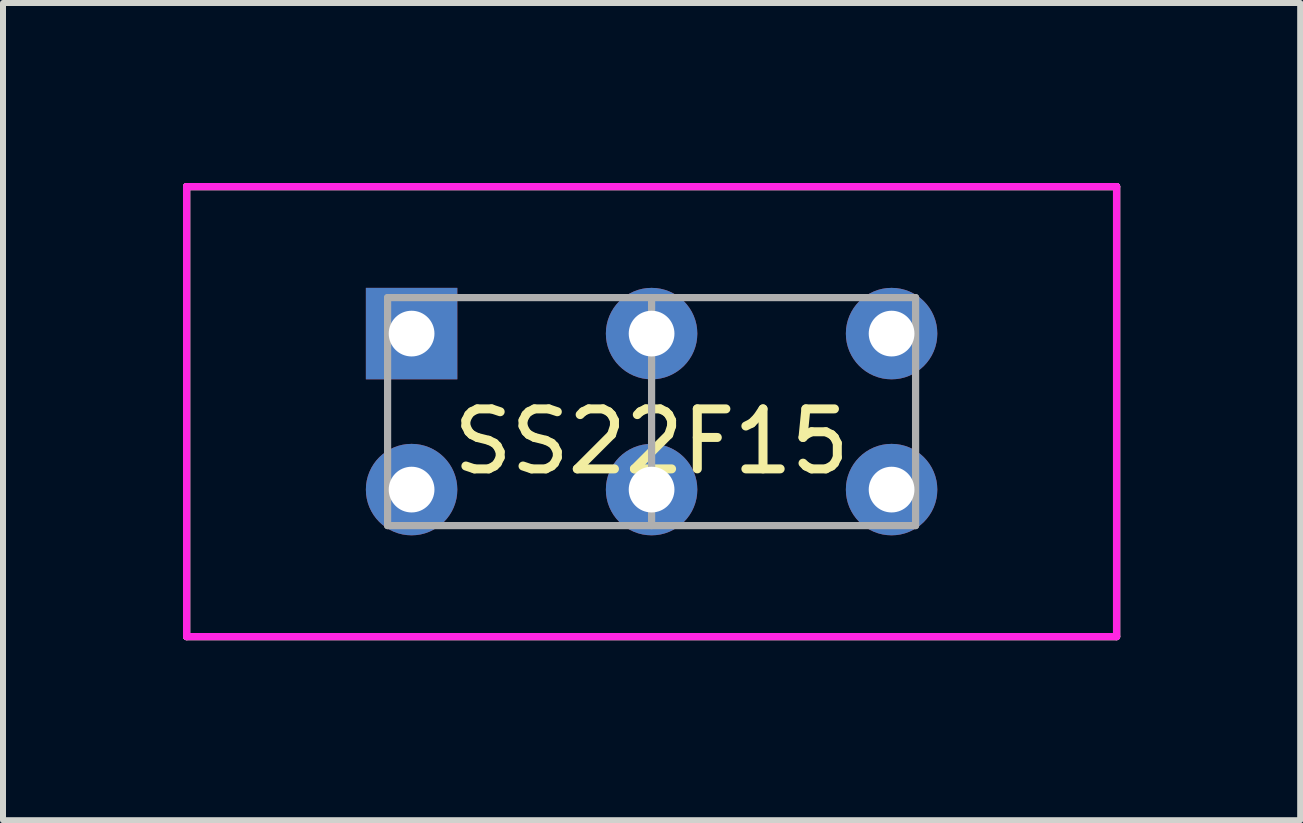
<source format=kicad_pcb>
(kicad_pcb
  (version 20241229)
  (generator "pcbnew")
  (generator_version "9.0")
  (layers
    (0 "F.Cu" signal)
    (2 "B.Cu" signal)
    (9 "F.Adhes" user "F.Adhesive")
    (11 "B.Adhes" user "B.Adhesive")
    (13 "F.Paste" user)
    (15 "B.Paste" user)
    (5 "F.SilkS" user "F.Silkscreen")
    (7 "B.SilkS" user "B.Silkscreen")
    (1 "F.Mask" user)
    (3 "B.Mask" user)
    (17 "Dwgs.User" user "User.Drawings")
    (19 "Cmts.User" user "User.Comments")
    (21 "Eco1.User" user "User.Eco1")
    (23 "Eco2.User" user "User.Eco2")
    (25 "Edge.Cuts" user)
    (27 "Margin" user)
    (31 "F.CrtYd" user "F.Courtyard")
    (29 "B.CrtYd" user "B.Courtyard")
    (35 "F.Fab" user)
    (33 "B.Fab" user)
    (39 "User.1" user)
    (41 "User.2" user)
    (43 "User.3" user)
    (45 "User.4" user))
  (footprint "SS22F15"
    (layer "F.Cu")
    (at 7.81 3.81)
    (property "Reference" "SS22F15" (at 0 0.5 0) (layer "F.SilkS") (effects (font (size 1 1) (thickness 0.15))))
    (attr through_hole)
    (fp_line (start -7.75 -3.75) (end 7.75 -3.75) (stroke (width 0.12) (type solid)) (layer "F.SilkS"))
    (fp_line (start -7.75 3.75) (end -7.75 -3.75) (stroke (width 0.12) (type solid)) (layer "F.SilkS"))
    (fp_line (start 7.75 -3.75) (end 7.75 3.75) (stroke (width 0.12) (type solid)) (layer "F.SilkS"))
    (fp_line (start 7.75 3.75) (end -7.75 3.75) (stroke (width 0.12) (type solid)) (layer "F.SilkS"))
    (fp_line (start -7.75 -3.75) (end 7.75 -3.75) (stroke (width 0.12) (type solid)) (layer "F.CrtYd"))
    (fp_line (start -7.75 3.75) (end -7.75 -3.75) (stroke (width 0.12) (type solid)) (layer "F.CrtYd"))
    (fp_line (start 7.75 -3.75) (end 7.75 3.75) (stroke (width 0.12) (type solid)) (layer "F.CrtYd"))
    (fp_line (start 7.75 3.75) (end -7.75 3.75) (stroke (width 0.12) (type solid)) (layer "F.CrtYd"))
    (fp_line (start -7.75 -3.75) (end 7.75 -3.75) (stroke (width 0.12) (type solid)) (layer "F.Fab"))
    (fp_line (start -7.75 3.75) (end -7.75 -3.75) (stroke (width 0.12) (type solid)) (layer "F.Fab"))
    (fp_line (start -4.4 -1.9) (end 4.4 -1.9) (stroke (width 0.12) (type solid)) (layer "F.Fab"))
    (fp_line (start -4.4 1.9) (end -4.4 -1.9) (stroke (width 0.12) (type solid)) (layer "F.Fab"))
    (fp_line (start 0 -1.9) (end 0 1.9) (stroke (width 0.12) (type solid)) (layer "F.Fab"))
    (fp_line (start 4.4 -1.9) (end 4.4 1.9) (stroke (width 0.12) (type solid)) (layer "F.Fab"))
    (fp_line (start 4.4 1.9) (end -4.4 1.9) (stroke (width 0.12) (type solid)) (layer "F.Fab"))
    (fp_line (start 7.75 -3.75) (end 7.75 3.75) (stroke (width 0.12) (type solid)) (layer "F.Fab"))
    (fp_line (start 7.75 3.75) (end -7.75 3.75) (stroke (width 0.12) (type solid)) (layer "F.Fab"))
    (pad "1" thru_hole rect (at -4 -1.3) (size 1.524 1.524) (drill 0.762) (layers "*.Cu" "*.Mask"))
    (pad "2" thru_hole circle (at 0 -1.3) (size 1.524 1.524) (drill 0.762) (layers "*.Cu" "*.Mask"))
    (pad "3" thru_hole circle (at 4 -1.3) (size 1.524 1.524) (drill 0.762) (layers "*.Cu" "*.Mask"))
    (pad "4" thru_hole circle (at -4 1.3) (size 1.524 1.524) (drill 0.762) (layers "*.Cu" "*.Mask"))
    (pad "5" thru_hole circle (at 0 1.3) (size 1.524 1.524) (drill 0.762) (layers "*.Cu" "*.Mask"))
    (pad "6" thru_hole circle (at 4 1.3) (size 1.524 1.524) (drill 0.762) (layers "*.Cu" "*.Mask")))
  (gr_rect
    (start -3 -3)
    (end 18.62 10.62)
    (stroke (width 0.1) (type default))
    (fill no)
    (layer "Edge.Cuts")))
</source>
